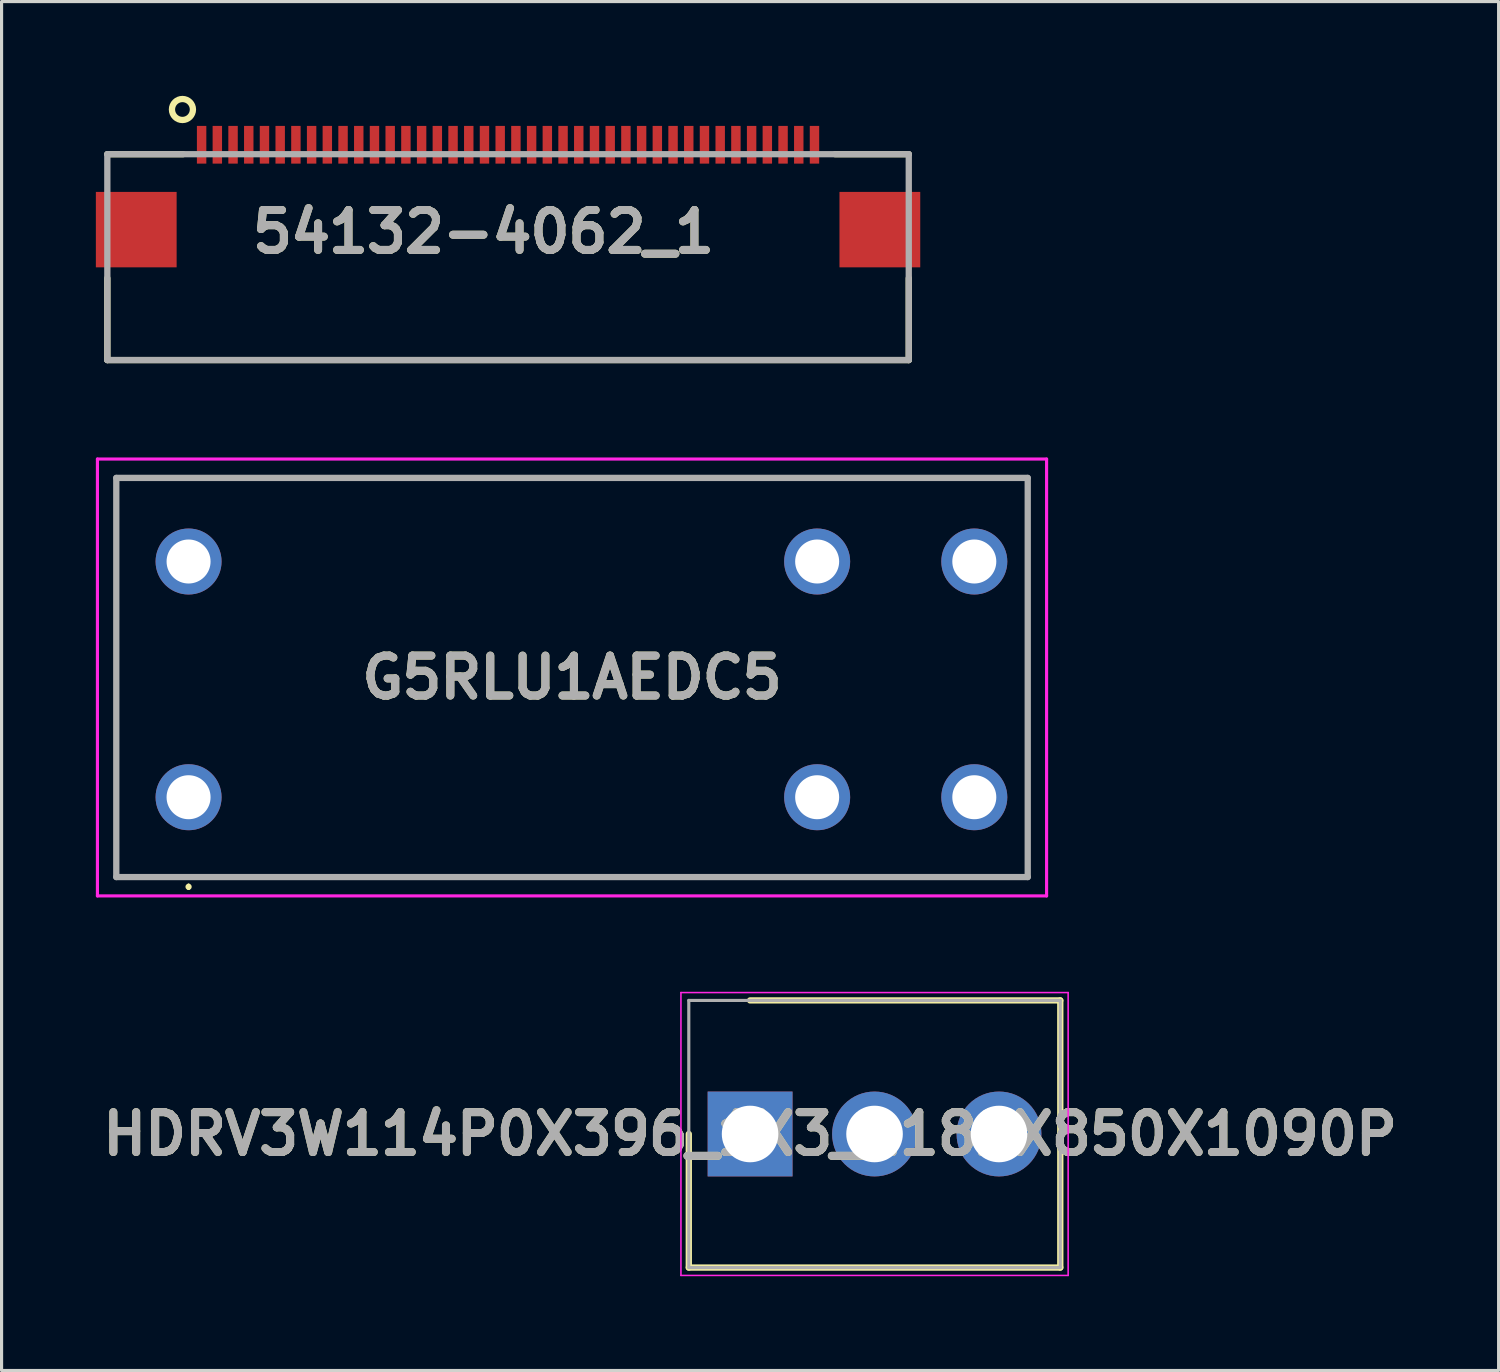
<source format=kicad_pcb>
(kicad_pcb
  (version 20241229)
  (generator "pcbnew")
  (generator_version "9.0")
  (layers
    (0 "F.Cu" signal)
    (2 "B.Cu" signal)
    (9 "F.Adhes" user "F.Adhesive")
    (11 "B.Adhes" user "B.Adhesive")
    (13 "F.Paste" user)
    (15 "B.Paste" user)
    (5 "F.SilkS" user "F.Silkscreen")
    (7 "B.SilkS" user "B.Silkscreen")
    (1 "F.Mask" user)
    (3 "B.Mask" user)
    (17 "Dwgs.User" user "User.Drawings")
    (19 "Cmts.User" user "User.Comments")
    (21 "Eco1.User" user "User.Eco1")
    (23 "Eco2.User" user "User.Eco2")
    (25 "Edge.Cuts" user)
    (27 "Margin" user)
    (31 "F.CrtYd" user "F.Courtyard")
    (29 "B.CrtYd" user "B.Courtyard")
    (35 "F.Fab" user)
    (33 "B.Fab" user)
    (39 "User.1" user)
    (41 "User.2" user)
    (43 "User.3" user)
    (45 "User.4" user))
  (footprint "G5RLU1AEDC5"
    (layer "F.Cu")
    (at 2.95 22.316)
    (property "Reference" "G5RLU1AEDC5" (at 12.2 -3.81 0) (layer "F.SilkS") (effects (font (size 1.27 1.27) (thickness 0.254))))
    (attr through_hole)
    (fp_line (start -2.3 -10.16) (end 26.7 -10.16) (stroke (width 0.1) (type solid)) (layer "F.SilkS"))
    (fp_line (start -2.3 2.54) (end -2.3 -10.16) (stroke (width 0.1) (type solid)) (layer "F.SilkS"))
    (fp_line (start 0 2.8) (end 0 2.8) (stroke (width 0.1) (type solid)) (layer "F.SilkS"))
    (fp_line (start 0 2.9) (end 0 2.9) (stroke (width 0.1) (type solid)) (layer "F.SilkS"))
    (fp_line (start 26.7 -10.16) (end 26.7 2.54) (stroke (width 0.1) (type solid)) (layer "F.SilkS"))
    (fp_line (start 26.7 2.54) (end -2.3 2.54) (stroke (width 0.1) (type solid)) (layer "F.SilkS"))
    (fp_arc (start 0 2.8) (mid 0.05 2.85) (end 0 2.9) (stroke (width 0.1) (type solid)) (layer "F.SilkS"))
    (fp_arc (start 0 2.9) (mid -0.05 2.85) (end 0 2.8) (stroke (width 0.1) (type solid)) (layer "F.SilkS"))
    (fp_line (start -2.9 -10.76) (end 27.3 -10.76) (stroke (width 0.1) (type solid)) (layer "F.CrtYd"))
    (fp_line (start -2.9 3.14) (end -2.9 -10.76) (stroke (width 0.1) (type solid)) (layer "F.CrtYd"))
    (fp_line (start 27.3 -10.76) (end 27.3 3.14) (stroke (width 0.1) (type solid)) (layer "F.CrtYd"))
    (fp_line (start 27.3 3.14) (end -2.9 3.14) (stroke (width 0.1) (type solid)) (layer "F.CrtYd"))
    (fp_line (start -2.3 -10.16) (end 26.7 -10.16) (stroke (width 0.2) (type solid)) (layer "F.Fab"))
    (fp_line (start -2.3 2.54) (end -2.3 -10.16) (stroke (width 0.2) (type solid)) (layer "F.Fab"))
    (fp_line (start 26.7 -10.16) (end 26.7 2.54) (stroke (width 0.2) (type solid)) (layer "F.Fab"))
    (fp_line (start 26.7 2.54) (end -2.3 2.54) (stroke (width 0.2) (type solid)) (layer "F.Fab"))
    (fp_text user "${REFERENCE}" (at 12.2 -3.81 0) (layer "F.Fab") (effects (font (size 1.27 1.27) (thickness 0.254))))
    (pad "1" thru_hole circle (at 0 0) (size 2.1 2.1) (drill 1.4) (layers "*.Cu" "*.Mask"))
    (pad "3" thru_hole circle (at 20 0) (size 2.1 2.1) (drill 1.4) (layers "*.Cu" "*.Mask"))
    (pad "4" thru_hole circle (at 25 0) (size 2.1 2.1) (drill 1.4) (layers "*.Cu" "*.Mask"))
    (pad "5" thru_hole circle (at 25 -7.5) (size 2.1 2.1) (drill 1.4) (layers "*.Cu" "*.Mask"))
    (pad "6" thru_hole circle (at 20 -7.5) (size 2.1 2.1) (drill 1.4) (layers "*.Cu" "*.Mask"))
    (pad "8" thru_hole circle (at 0 -7.5) (size 2.1 2.1) (drill 1.4) (layers "*.Cu" "*.Mask")))
  (footprint "HDRV3W114P0X396_1X3_1182X850X1090P"
    (layer "F.Cu")
    (at 20.816 33.031)
    (property "Reference" "HDRV3W114P0X396_1X3_1182X850X1090P" (at 0 0 0) (layer "F.SilkS") (effects (font (size 1.27 1.27) (thickness 0.254))))
    (attr through_hole)
    (fp_line (start -1.95 0) (end -1.95 4.25) (stroke (width 0.2) (type solid)) (layer "F.SilkS"))
    (fp_line (start -1.95 4.25) (end 9.87 4.25) (stroke (width 0.2) (type solid)) (layer "F.SilkS"))
    (fp_line (start 9.87 -4.25) (end 0 -4.25) (stroke (width 0.2) (type solid)) (layer "F.SilkS"))
    (fp_line (start 9.87 4.25) (end 9.87 -4.25) (stroke (width 0.2) (type solid)) (layer "F.SilkS"))
    (fp_line (start -2.2 -4.5) (end 10.12 -4.5) (stroke (width 0.05) (type solid)) (layer "F.CrtYd"))
    (fp_line (start -2.2 4.5) (end -2.2 -4.5) (stroke (width 0.05) (type solid)) (layer "F.CrtYd"))
    (fp_line (start 10.12 -4.5) (end 10.12 4.5) (stroke (width 0.05) (type solid)) (layer "F.CrtYd"))
    (fp_line (start 10.12 4.5) (end -2.2 4.5) (stroke (width 0.05) (type solid)) (layer "F.CrtYd"))
    (fp_line (start -1.95 -4.25) (end 9.87 -4.25) (stroke (width 0.1) (type solid)) (layer "F.Fab"))
    (fp_line (start -1.95 4.25) (end -1.95 -4.25) (stroke (width 0.1) (type solid)) (layer "F.Fab"))
    (fp_line (start 9.87 -4.25) (end 9.87 4.25) (stroke (width 0.1) (type solid)) (layer "F.Fab"))
    (fp_line (start 9.87 4.25) (end -1.95 4.25) (stroke (width 0.1) (type solid)) (layer "F.Fab"))
    (fp_text user "${REFERENCE}" (at 0 0 0) (layer "F.Fab") (effects (font (size 1.27 1.27) (thickness 0.254))))
    (pad "1" thru_hole rect (at 0 0) (size 2.7 2.7) (drill 1.8) (layers "*.Cu" "*.Mask"))
    (pad "2" thru_hole circle (at 3.96 0) (size 2.7 2.7) (drill 1.8) (layers "*.Cu" "*.Mask"))
    (pad "3" thru_hole circle (at 7.92 0) (size 2.7 2.7) (drill 1.8) (layers "*.Cu" "*.Mask")))
  (footprint "54132-4062_1"
    (layer "F.Cu")
    (at 22.865 1.556)
    (property "Reference" "54132-4062_1" (at -10.533 2.772 0) (layer "F.SilkS") (effects (font (size 1.27 1.27) (thickness 0.254))))
    (attr smd)
    (fp_line (start -22.5 0.3) (end -20.09 0.3) (stroke (width 0.2) (type solid)) (layer "F.SilkS"))
    (fp_line (start -22.5 6.85) (end -22.5 4.247) (stroke (width 0.2) (type solid)) (layer "F.SilkS"))
    (fp_line (start -22.5 6.85) (end 3 6.85) (stroke (width 0.2) (type solid)) (layer "F.SilkS"))
    (fp_line (start 3 0.3) (end 0.657 0.3) (stroke (width 0.2) (type solid)) (layer "F.SilkS"))
    (fp_line (start 3 6.85) (end 3 4.247) (stroke (width 0.2) (type solid)) (layer "F.SilkS"))
    (fp_circle (center -20.11 -1.122) (end -20.11 -0.788) (stroke (width 0.2) (type solid)) (fill no) (layer "F.SilkS"))
    (fp_line (start -22.5 0.3) (end 3 0.3) (stroke (width 0.2) (type solid)) (layer "F.Fab"))
    (fp_line (start -22.5 6.85) (end -22.5 0.3) (stroke (width 0.2) (type solid)) (layer "F.Fab"))
    (fp_line (start 3 0.3) (end 3 6.85) (stroke (width 0.2) (type solid)) (layer "F.Fab"))
    (fp_line (start 3 6.85) (end -22.5 6.85) (stroke (width 0.2) (type solid)) (layer "F.Fab"))
    (fp_text user "${REFERENCE}" (at -10.533 2.772 0) (layer "F.Fab") (effects (font (size 1.27 1.27) (thickness 0.254))))
    (pad "1" smd rect (at -19.5 0) (size 0.3 1.2) (layers "F.Cu" "F.Mask" "F.Paste"))
    (pad "2" smd rect (at -19 0) (size 0.3 1.2) (layers "F.Cu" "F.Mask" "F.Paste"))
    (pad "3" smd rect (at -18.5 0) (size 0.3 1.2) (layers "F.Cu" "F.Mask" "F.Paste"))
    (pad "4" smd rect (at -18 0) (size 0.3 1.2) (layers "F.Cu" "F.Mask" "F.Paste"))
    (pad "5" smd rect (at -17.5 0) (size 0.3 1.2) (layers "F.Cu" "F.Mask" "F.Paste"))
    (pad "6" smd rect (at -17 0) (size 0.3 1.2) (layers "F.Cu" "F.Mask" "F.Paste"))
    (pad "7" smd rect (at -16.5 0) (size 0.3 1.2) (layers "F.Cu" "F.Mask" "F.Paste"))
    (pad "8" smd rect (at -16 0) (size 0.3 1.2) (layers "F.Cu" "F.Mask" "F.Paste"))
    (pad "9" smd rect (at -15.5 0) (size 0.3 1.2) (layers "F.Cu" "F.Mask" "F.Paste"))
    (pad "10" smd rect (at -15 0) (size 0.3 1.2) (layers "F.Cu" "F.Mask" "F.Paste"))
    (pad "11" smd rect (at -14.5 0) (size 0.3 1.2) (layers "F.Cu" "F.Mask" "F.Paste"))
    (pad "12" smd rect (at -14 0) (size 0.3 1.2) (layers "F.Cu" "F.Mask" "F.Paste"))
    (pad "13" smd rect (at -13.5 0) (size 0.3 1.2) (layers "F.Cu" "F.Mask" "F.Paste"))
    (pad "14" smd rect (at -13 0) (size 0.3 1.2) (layers "F.Cu" "F.Mask" "F.Paste"))
    (pad "15" smd rect (at -12.5 0) (size 0.3 1.2) (layers "F.Cu" "F.Mask" "F.Paste"))
    (pad "16" smd rect (at -12 0) (size 0.3 1.2) (layers "F.Cu" "F.Mask" "F.Paste"))
    (pad "17" smd rect (at -11.5 0) (size 0.3 1.2) (layers "F.Cu" "F.Mask" "F.Paste"))
    (pad "18" smd rect (at -11 0) (size 0.3 1.2) (layers "F.Cu" "F.Mask" "F.Paste"))
    (pad "19" smd rect (at -10.5 0) (size 0.3 1.2) (layers "F.Cu" "F.Mask" "F.Paste"))
    (pad "20" smd rect (at -10 0) (size 0.3 1.2) (layers "F.Cu" "F.Mask" "F.Paste"))
    (pad "21" smd rect (at -9.5 0) (size 0.3 1.2) (layers "F.Cu" "F.Mask" "F.Paste"))
    (pad "22" smd rect (at -9 0) (size 0.3 1.2) (layers "F.Cu" "F.Mask" "F.Paste"))
    (pad "23" smd rect (at -8.5 0) (size 0.3 1.2) (layers "F.Cu" "F.Mask" "F.Paste"))
    (pad "24" smd rect (at -8 0) (size 0.3 1.2) (layers "F.Cu" "F.Mask" "F.Paste"))
    (pad "25" smd rect (at -7.5 0) (size 0.3 1.2) (layers "F.Cu" "F.Mask" "F.Paste"))
    (pad "26" smd rect (at -7 0) (size 0.3 1.2) (layers "F.Cu" "F.Mask" "F.Paste"))
    (pad "27" smd rect (at -6.5 0) (size 0.3 1.2) (layers "F.Cu" "F.Mask" "F.Paste"))
    (pad "28" smd rect (at -6 0) (size 0.3 1.2) (layers "F.Cu" "F.Mask" "F.Paste"))
    (pad "29" smd rect (at -5.5 0) (size 0.3 1.2) (layers "F.Cu" "F.Mask" "F.Paste"))
    (pad "30" smd rect (at -5 0) (size 0.3 1.2) (layers "F.Cu" "F.Mask" "F.Paste"))
    (pad "31" smd rect (at -4.5 0) (size 0.3 1.2) (layers "F.Cu" "F.Mask" "F.Paste"))
    (pad "32" smd rect (at -4 0) (size 0.3 1.2) (layers "F.Cu" "F.Mask" "F.Paste"))
    (pad "33" smd rect (at -3.5 0) (size 0.3 1.2) (layers "F.Cu" "F.Mask" "F.Paste"))
    (pad "34" smd rect (at -3 0) (size 0.3 1.2) (layers "F.Cu" "F.Mask" "F.Paste"))
    (pad "35" smd rect (at -2.5 0) (size 0.3 1.2) (layers "F.Cu" "F.Mask" "F.Paste"))
    (pad "36" smd rect (at -2 0) (size 0.3 1.2) (layers "F.Cu" "F.Mask" "F.Paste"))
    (pad "37" smd rect (at -1.5 0) (size 0.3 1.2) (layers "F.Cu" "F.Mask" "F.Paste"))
    (pad "38" smd rect (at -1 0) (size 0.3 1.2) (layers "F.Cu" "F.Mask" "F.Paste"))
    (pad "39" smd rect (at -0.5 0) (size 0.3 1.2) (layers "F.Cu" "F.Mask" "F.Paste"))
    (pad "40" smd rect (at 0 0) (size 0.3 1.2) (layers "F.Cu" "F.Mask" "F.Paste"))
    (pad "41" smd rect (at -21.58 2.7 90) (size 2.4 2.57) (layers "F.Cu" "F.Mask" "F.Paste"))
    (pad "42" smd rect (at 2.08 2.7 90) (size 2.4 2.57) (layers "F.Cu" "F.Mask" "F.Paste")))
  (gr_rect
    (start -3 -3)
    (end 44.632 40.556)
    (stroke (width 0.1) (type default))
    (fill no)
    (layer "Edge.Cuts")))
</source>
